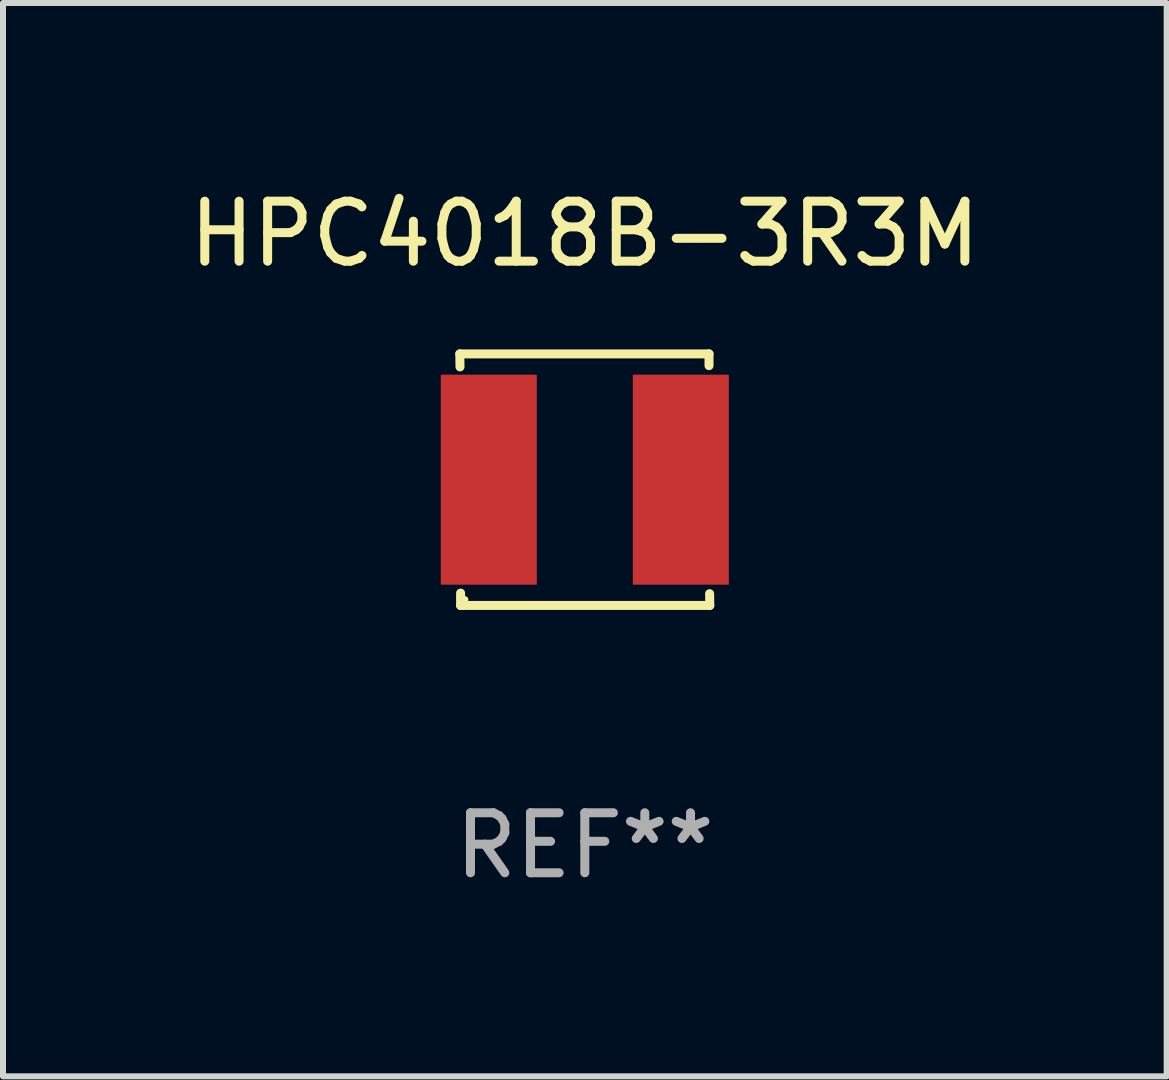
<source format=kicad_pcb>
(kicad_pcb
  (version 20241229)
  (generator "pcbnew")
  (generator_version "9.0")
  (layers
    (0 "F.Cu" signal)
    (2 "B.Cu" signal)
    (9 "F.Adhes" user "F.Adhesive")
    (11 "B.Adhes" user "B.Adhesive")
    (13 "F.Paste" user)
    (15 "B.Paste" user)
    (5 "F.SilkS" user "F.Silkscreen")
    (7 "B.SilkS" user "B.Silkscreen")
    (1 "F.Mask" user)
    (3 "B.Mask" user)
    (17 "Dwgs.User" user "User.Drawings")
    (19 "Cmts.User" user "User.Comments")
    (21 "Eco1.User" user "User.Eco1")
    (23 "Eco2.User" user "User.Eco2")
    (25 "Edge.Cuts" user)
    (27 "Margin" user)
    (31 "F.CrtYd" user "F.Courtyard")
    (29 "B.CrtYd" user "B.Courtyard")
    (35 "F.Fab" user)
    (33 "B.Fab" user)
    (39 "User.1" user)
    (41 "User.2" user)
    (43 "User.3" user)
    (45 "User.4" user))
  (footprint "HPC4018B-3R3M"
    (layer "F.Cu")
    (at 6.696 4.944)
    (property "Reference" "HPC4018B-3R3M" (at 0 -4.096 0) (layer "F.SilkS") (effects (font (size 1 1) (thickness 0.15))))
    (attr through_hole)
    (fp_line (start -2.083 -2.096) (end -2.08 -1.88) (stroke (width 0.15) (type solid)) (layer "F.SilkS"))
    (fp_line (start -2.07 1.89) (end -2.07 2.096) (stroke (width 0.15) (type solid)) (layer "F.SilkS"))
    (fp_line (start -2.07 2.096) (end 2.083 2.096) (stroke (width 0.15) (type solid)) (layer "F.SilkS"))
    (fp_line (start 2.07 -1.9) (end 2.07 -2.096) (stroke (width 0.15) (type solid)) (layer "F.SilkS"))
    (fp_line (start 2.07 -2.096) (end -2.083 -2.096) (stroke (width 0.15) (type solid)) (layer "F.SilkS"))
    (fp_line (start 2.083 2.096) (end 2.08 1.9) (stroke (width 0.15) (type solid)) (layer "F.SilkS"))
    (fp_circle (center -2 2) (end -1.97 2) (stroke (width 0.06) (type solid)) (fill no) (layer "F.SilkS"))
    (fp_text user "REF**" (at 0 6.096 0) (layer "F.Fab") (effects (font (size 1 1) (thickness 0.15))))
    (pad "1" smd rect (at -1.6 -0.000343) (size 1.6 3.5) (layers "F.Cu" "F.Mask" "F.Paste"))
    (pad "2" smd rect (at 1.6 -0.000343) (size 1.6 3.5) (layers "F.Cu" "F.Mask" "F.Paste")))
  (gr_rect
    (start -3 -3)
    (end 16.393 14.888)
    (stroke (width 0.1) (type default))
    (fill no)
    (layer "Edge.Cuts")))
</source>
